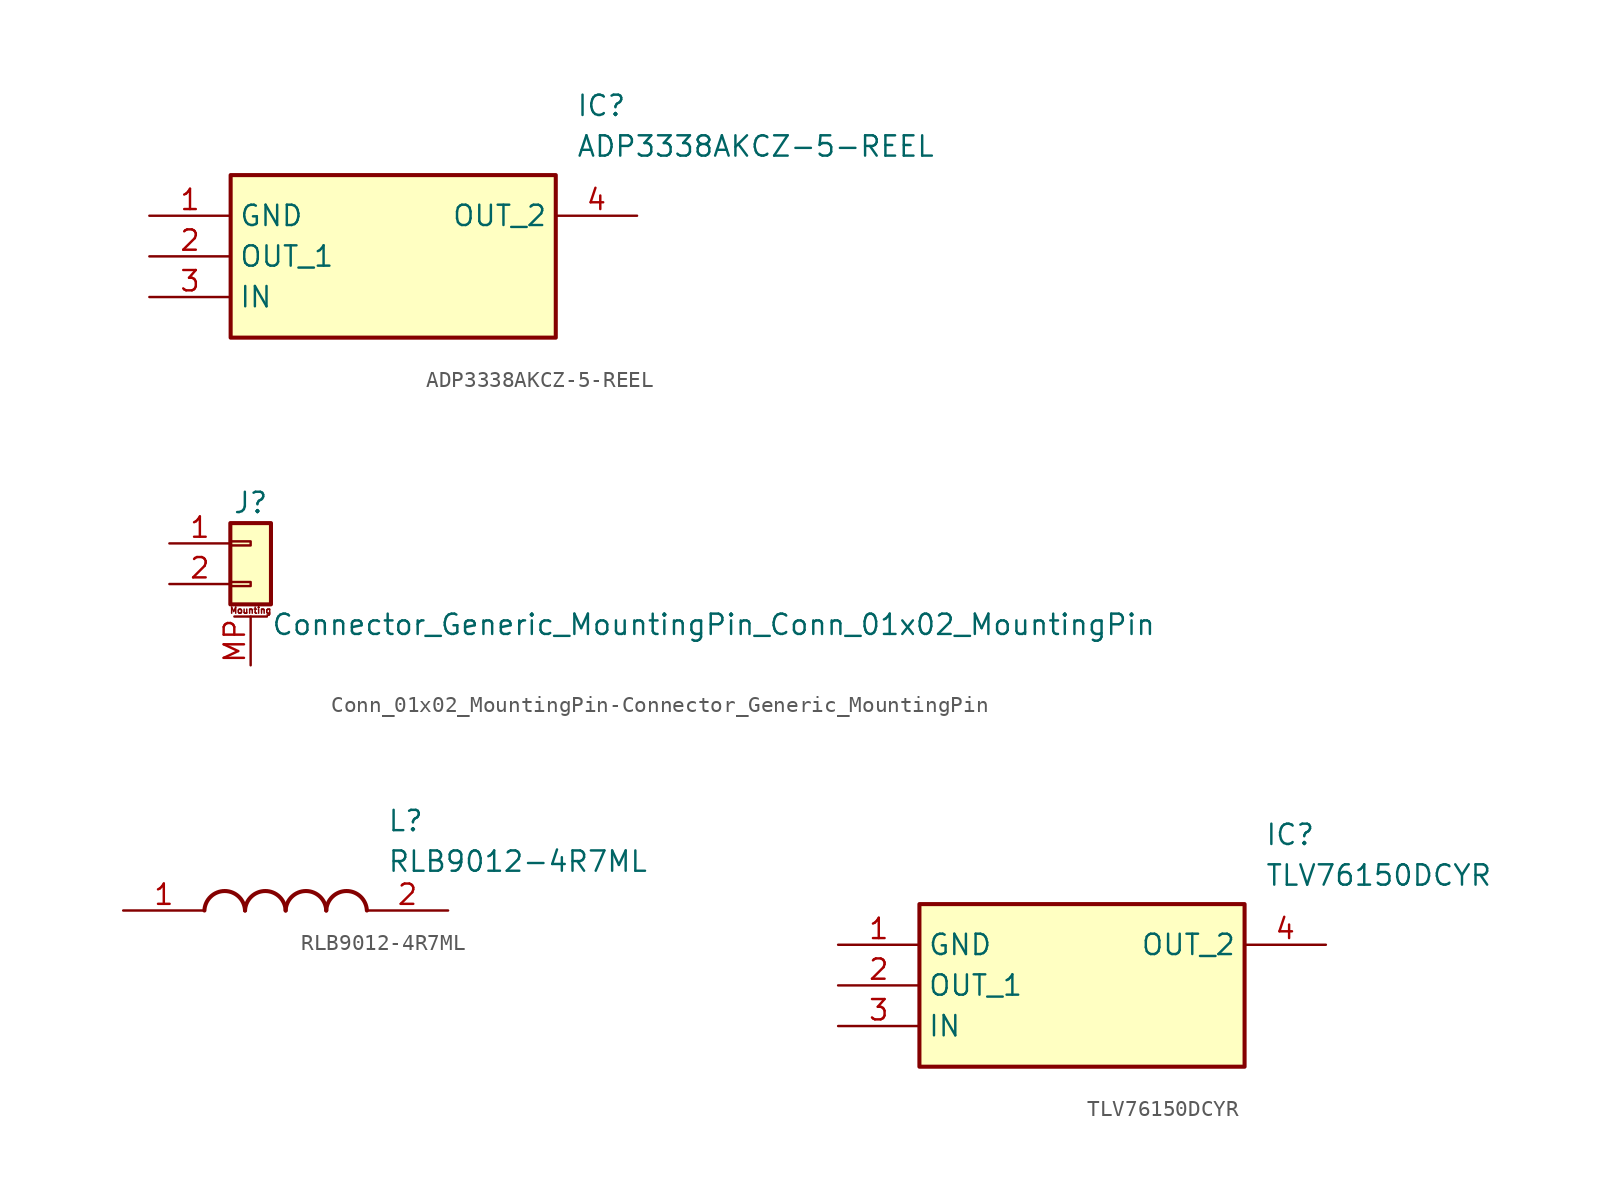
<source format=kicad_sym>
(kicad_symbol_lib
  (version 20231120)
  (generator "kicad_symbol_editor")
  (generator_version "8.0")
  (symbol "ADP3338AKCZ-5-REEL"
    (property "Reference" "IC"
      (at 26.67 7.62 0)
      (effects (font (size 1.27 1.27)) (justify left top)))
    (property "Value" "ADP3338AKCZ-5-REEL"
      (at 26.67 5.08 0)
      (effects (font (size 1.27 1.27)) (justify left top)))
    (symbol "ADP3338AKCZ-5-REEL_1_1"
      (rectangle (start 5.08 2.54) (end 25.4 -7.62) (stroke (width 0.254) (type default)) (fill (type background)))
      (pin passive line (at 0 0 0) (length 5.08) (name "GND" (effects (font (size 1.27 1.27)))) (number "1" (effects (font (size 1.27 1.27)))))
      (pin passive line (at 0 -2.54 0) (length 5.08) (name "OUT_1" (effects (font (size 1.27 1.27)))) (number "2" (effects (font (size 1.27 1.27)))))
      (pin passive line (at 0 -5.08 0) (length 5.08) (name "IN" (effects (font (size 1.27 1.27)))) (number "3" (effects (font (size 1.27 1.27)))))
      (pin passive line (at 30.48 0 180) (length 5.08) (name "OUT_2" (effects (font (size 1.27 1.27)))) (number "4" (effects (font (size 1.27 1.27)))))))
  (symbol "Conn_01x02_MountingPin-Connector_Generic_MountingPin"
    (pin_names
      (offset 1.016) hide)
    (property "Reference" "J"
      (at 0 2.54 0)
      (effects (font (size 1.27 1.27))))
    (property "Value" "Connector_Generic_MountingPin_Conn_01x02_MountingPin"
      (at 1.27 -5.08 0)
      (effects (font (size 1.27 1.27)) (justify left)))
    (symbol "Conn_01x02_MountingPin-Connector_Generic_MountingPin_1_1"
      (rectangle (start -1.27 -2.413) (end 0 -2.667) (stroke (width 0.152) (type solid)) (fill (type none)))
      (rectangle (start -1.27 0.127) (end 0 -0.127) (stroke (width 0.152) (type solid)) (fill (type none)))
      (rectangle (start -1.27 1.27) (end 1.27 -3.81) (stroke (width 0.254) (type solid)) (fill (type background)))
      (polyline (pts (xy -1.016 -4.572) (xy 1.016 -4.572)) (stroke (width 0.152) (type solid)) (fill (type none)))
      (text "Mounting" (at 0 -4.191 0) (effects (font (size 0.381 0.381))))
      (pin passive line (at -5.08 0 0) (length 3.81) (name "Pin_1" (effects (font (size 1.27 1.27)))) (number "1" (effects (font (size 1.27 1.27)))))
      (pin passive line (at -5.08 -2.54 0) (length 3.81) (name "Pin_2" (effects (font (size 1.27 1.27)))) (number "2" (effects (font (size 1.27 1.27)))))
      (pin passive line (at 0 -7.62 90) (length 3.048) (name "MountPin" (effects (font (size 1.27 1.27)))) (number "MP" (effects (font (size 1.27 1.27)))))))
  (symbol "RLB9012-4R7ML"
    (pin_names hide)
    (property "Reference" "L"
      (at 16.51 6.35 0)
      (effects (font (size 1.27 1.27)) (justify left top)))
    (property "Value" "RLB9012-4R7ML"
      (at 16.51 3.81 0)
      (effects (font (size 1.27 1.27)) (justify left top)))
    (symbol "RLB9012-4R7ML_1_1"
      (arc (start 7.62 0) (mid 6.35 1.219) (end 5.08 0) (stroke (width 0.254) (type default)) (fill (type none)))
      (arc (start 10.16 0) (mid 8.89 1.219) (end 7.62 0) (stroke (width 0.254) (type default)) (fill (type none)))
      (arc (start 12.7 0) (mid 11.43 1.219) (end 10.16 0) (stroke (width 0.254) (type default)) (fill (type none)))
      (arc (start 15.24 0) (mid 13.97 1.219) (end 12.7 0) (stroke (width 0.254) (type default)) (fill (type none)))
      (pin passive line (at 0 0 0) (length 5.08) (name "1" (effects (font (size 1.27 1.27)))) (number "1" (effects (font (size 1.27 1.27)))))
      (pin passive line (at 20.32 0 180) (length 5.08) (name "2" (effects (font (size 1.27 1.27)))) (number "2" (effects (font (size 1.27 1.27)))))))
  (symbol "TLV76150DCYR"
    (property "Reference" "IC"
      (at 26.67 7.62 0)
      (effects (font (size 1.27 1.27)) (justify left top)))
    (property "Value" "TLV76150DCYR"
      (at 26.67 5.08 0)
      (effects (font (size 1.27 1.27)) (justify left top)))
    (symbol "TLV76150DCYR_1_1"
      (rectangle (start 5.08 2.54) (end 25.4 -7.62) (stroke (width 0.254) (type default)) (fill (type background)))
      (pin passive line (at 0 0 0) (length 5.08) (name "GND" (effects (font (size 1.27 1.27)))) (number "1" (effects (font (size 1.27 1.27)))))
      (pin passive line (at 0 -2.54 0) (length 5.08) (name "OUT_1" (effects (font (size 1.27 1.27)))) (number "2" (effects (font (size 1.27 1.27)))))
      (pin passive line (at 0 -5.08 0) (length 5.08) (name "IN" (effects (font (size 1.27 1.27)))) (number "3" (effects (font (size 1.27 1.27)))))
      (pin passive line (at 30.48 0 180) (length 5.08) (name "OUT_2" (effects (font (size 1.27 1.27)))) (number "4" (effects (font (size 1.27 1.27))))))))
</source>
